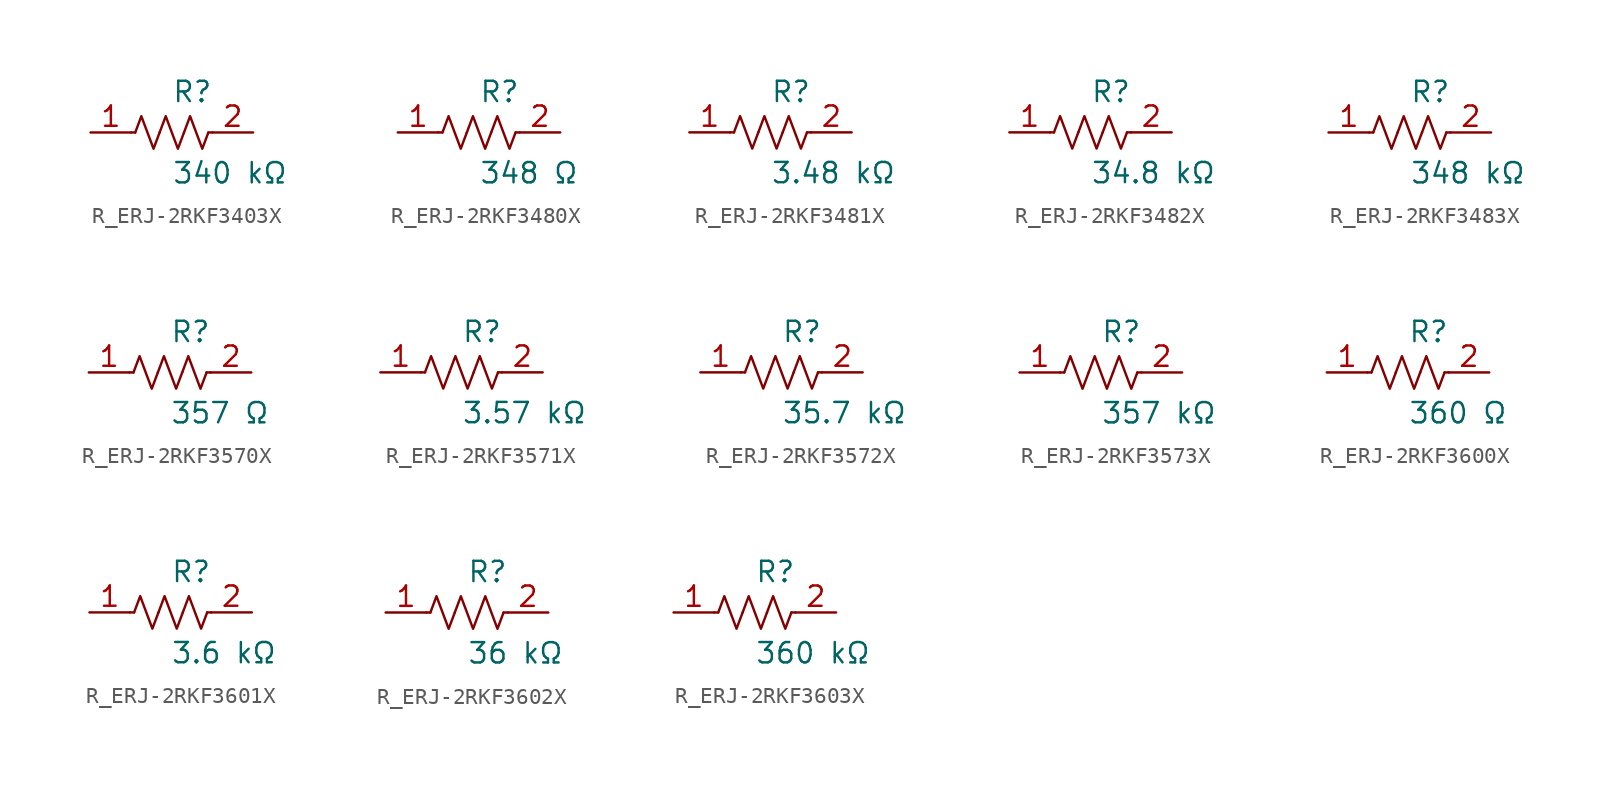
<source format=kicad_sym>
(kicad_symbol_lib
  (version 20231120)
  (generator kicad_symbol_editor)
  (generator_version 8.0)
  (symbol "R_ERJ-2RKF3403X"
    (pin_names
      (offset 0.254))
    (property "Reference" "R"
      (at 0 2.54 0)
      (effects (font (size 1.27 1.27)) (justify left)))
    (property "Value" "340 kΩ"
      (at 0 -2.54 0)
      (effects (font (size 1.27 1.27)) (justify left)))
    (symbol "R_ERJ-2RKF3403X_0_1"
      (polyline (pts (xy 2.286 0) (xy 2.54 0)) (stroke (width 0) (type default)) (fill (type none)))
      (polyline (pts (xy -2.286 0) (xy -2.54 0)) (stroke (width 0) (type default)) (fill (type none)))
      (polyline (pts (xy 0.762 0) (xy 1.143 1.016) (xy 1.524 0) (xy 1.905 -1.016) (xy 2.286 0)) (stroke (width 0) (type default)) (fill (type none)))
      (polyline (pts (xy -0.762 0) (xy -0.381 1.016) (xy 0 0) (xy 0.381 -1.016) (xy 0.762 0)) (stroke (width 0) (type default)) (fill (type none)))
      (polyline (pts (xy -2.286 0) (xy -1.905 1.016) (xy -1.524 0) (xy -1.143 -1.016) (xy -0.762 0)) (stroke (width 0) (type default)) (fill (type none))))
    (pin passive line
      (at -5.08 0 0)
      (length 2.54)
      (name "" (effects (font (size 1.27 1.27))))
      (number "1" (effects (font (size 1.27 1.27)))))
    (pin passive line
      (at 5.08 0 180)
      (length 2.54)
      (name "" (effects (font (size 1.27 1.27))))
      (number "2" (effects (font (size 1.27 1.27))))))
  (symbol "R_ERJ-2RKF3480X"
    (pin_names
      (offset 0.254))
    (property "Reference" "R"
      (at 0 2.54 0)
      (effects (font (size 1.27 1.27)) (justify left)))
    (property "Value" "348 Ω"
      (at 0 -2.54 0)
      (effects (font (size 1.27 1.27)) (justify left)))
    (symbol "R_ERJ-2RKF3480X_0_1"
      (polyline (pts (xy 2.286 0) (xy 2.54 0)) (stroke (width 0) (type default)) (fill (type none)))
      (polyline (pts (xy -2.286 0) (xy -2.54 0)) (stroke (width 0) (type default)) (fill (type none)))
      (polyline (pts (xy 0.762 0) (xy 1.143 1.016) (xy 1.524 0) (xy 1.905 -1.016) (xy 2.286 0)) (stroke (width 0) (type default)) (fill (type none)))
      (polyline (pts (xy -0.762 0) (xy -0.381 1.016) (xy 0 0) (xy 0.381 -1.016) (xy 0.762 0)) (stroke (width 0) (type default)) (fill (type none)))
      (polyline (pts (xy -2.286 0) (xy -1.905 1.016) (xy -1.524 0) (xy -1.143 -1.016) (xy -0.762 0)) (stroke (width 0) (type default)) (fill (type none))))
    (pin passive line
      (at -5.08 0 0)
      (length 2.54)
      (name "" (effects (font (size 1.27 1.27))))
      (number "1" (effects (font (size 1.27 1.27)))))
    (pin passive line
      (at 5.08 0 180)
      (length 2.54)
      (name "" (effects (font (size 1.27 1.27))))
      (number "2" (effects (font (size 1.27 1.27))))))
  (symbol "R_ERJ-2RKF3481X"
    (pin_names
      (offset 0.254))
    (property "Reference" "R"
      (at 0 2.54 0)
      (effects (font (size 1.27 1.27)) (justify left)))
    (property "Value" "3.48 kΩ"
      (at 0 -2.54 0)
      (effects (font (size 1.27 1.27)) (justify left)))
    (symbol "R_ERJ-2RKF3481X_0_1"
      (polyline (pts (xy 2.286 0) (xy 2.54 0)) (stroke (width 0) (type default)) (fill (type none)))
      (polyline (pts (xy -2.286 0) (xy -2.54 0)) (stroke (width 0) (type default)) (fill (type none)))
      (polyline (pts (xy 0.762 0) (xy 1.143 1.016) (xy 1.524 0) (xy 1.905 -1.016) (xy 2.286 0)) (stroke (width 0) (type default)) (fill (type none)))
      (polyline (pts (xy -0.762 0) (xy -0.381 1.016) (xy 0 0) (xy 0.381 -1.016) (xy 0.762 0)) (stroke (width 0) (type default)) (fill (type none)))
      (polyline (pts (xy -2.286 0) (xy -1.905 1.016) (xy -1.524 0) (xy -1.143 -1.016) (xy -0.762 0)) (stroke (width 0) (type default)) (fill (type none))))
    (pin passive line
      (at -5.08 0 0)
      (length 2.54)
      (name "" (effects (font (size 1.27 1.27))))
      (number "1" (effects (font (size 1.27 1.27)))))
    (pin passive line
      (at 5.08 0 180)
      (length 2.54)
      (name "" (effects (font (size 1.27 1.27))))
      (number "2" (effects (font (size 1.27 1.27))))))
  (symbol "R_ERJ-2RKF3482X"
    (pin_names
      (offset 0.254))
    (property "Reference" "R"
      (at 0 2.54 0)
      (effects (font (size 1.27 1.27)) (justify left)))
    (property "Value" "34.8 kΩ"
      (at 0 -2.54 0)
      (effects (font (size 1.27 1.27)) (justify left)))
    (symbol "R_ERJ-2RKF3482X_0_1"
      (polyline (pts (xy 2.286 0) (xy 2.54 0)) (stroke (width 0) (type default)) (fill (type none)))
      (polyline (pts (xy -2.286 0) (xy -2.54 0)) (stroke (width 0) (type default)) (fill (type none)))
      (polyline (pts (xy 0.762 0) (xy 1.143 1.016) (xy 1.524 0) (xy 1.905 -1.016) (xy 2.286 0)) (stroke (width 0) (type default)) (fill (type none)))
      (polyline (pts (xy -0.762 0) (xy -0.381 1.016) (xy 0 0) (xy 0.381 -1.016) (xy 0.762 0)) (stroke (width 0) (type default)) (fill (type none)))
      (polyline (pts (xy -2.286 0) (xy -1.905 1.016) (xy -1.524 0) (xy -1.143 -1.016) (xy -0.762 0)) (stroke (width 0) (type default)) (fill (type none))))
    (pin passive line
      (at -5.08 0 0)
      (length 2.54)
      (name "" (effects (font (size 1.27 1.27))))
      (number "1" (effects (font (size 1.27 1.27)))))
    (pin passive line
      (at 5.08 0 180)
      (length 2.54)
      (name "" (effects (font (size 1.27 1.27))))
      (number "2" (effects (font (size 1.27 1.27))))))
  (symbol "R_ERJ-2RKF3483X"
    (pin_names
      (offset 0.254))
    (property "Reference" "R"
      (at 0 2.54 0)
      (effects (font (size 1.27 1.27)) (justify left)))
    (property "Value" "348 kΩ"
      (at 0 -2.54 0)
      (effects (font (size 1.27 1.27)) (justify left)))
    (symbol "R_ERJ-2RKF3483X_0_1"
      (polyline (pts (xy 2.286 0) (xy 2.54 0)) (stroke (width 0) (type default)) (fill (type none)))
      (polyline (pts (xy -2.286 0) (xy -2.54 0)) (stroke (width 0) (type default)) (fill (type none)))
      (polyline (pts (xy 0.762 0) (xy 1.143 1.016) (xy 1.524 0) (xy 1.905 -1.016) (xy 2.286 0)) (stroke (width 0) (type default)) (fill (type none)))
      (polyline (pts (xy -0.762 0) (xy -0.381 1.016) (xy 0 0) (xy 0.381 -1.016) (xy 0.762 0)) (stroke (width 0) (type default)) (fill (type none)))
      (polyline (pts (xy -2.286 0) (xy -1.905 1.016) (xy -1.524 0) (xy -1.143 -1.016) (xy -0.762 0)) (stroke (width 0) (type default)) (fill (type none))))
    (pin passive line
      (at -5.08 0 0)
      (length 2.54)
      (name "" (effects (font (size 1.27 1.27))))
      (number "1" (effects (font (size 1.27 1.27)))))
    (pin passive line
      (at 5.08 0 180)
      (length 2.54)
      (name "" (effects (font (size 1.27 1.27))))
      (number "2" (effects (font (size 1.27 1.27))))))
  (symbol "R_ERJ-2RKF3570X"
    (pin_names
      (offset 0.254))
    (property "Reference" "R"
      (at 0 2.54 0)
      (effects (font (size 1.27 1.27)) (justify left)))
    (property "Value" "357 Ω"
      (at 0 -2.54 0)
      (effects (font (size 1.27 1.27)) (justify left)))
    (symbol "R_ERJ-2RKF3570X_0_1"
      (polyline (pts (xy 2.286 0) (xy 2.54 0)) (stroke (width 0) (type default)) (fill (type none)))
      (polyline (pts (xy -2.286 0) (xy -2.54 0)) (stroke (width 0) (type default)) (fill (type none)))
      (polyline (pts (xy 0.762 0) (xy 1.143 1.016) (xy 1.524 0) (xy 1.905 -1.016) (xy 2.286 0)) (stroke (width 0) (type default)) (fill (type none)))
      (polyline (pts (xy -0.762 0) (xy -0.381 1.016) (xy 0 0) (xy 0.381 -1.016) (xy 0.762 0)) (stroke (width 0) (type default)) (fill (type none)))
      (polyline (pts (xy -2.286 0) (xy -1.905 1.016) (xy -1.524 0) (xy -1.143 -1.016) (xy -0.762 0)) (stroke (width 0) (type default)) (fill (type none))))
    (pin passive line
      (at -5.08 0 0)
      (length 2.54)
      (name "" (effects (font (size 1.27 1.27))))
      (number "1" (effects (font (size 1.27 1.27)))))
    (pin passive line
      (at 5.08 0 180)
      (length 2.54)
      (name "" (effects (font (size 1.27 1.27))))
      (number "2" (effects (font (size 1.27 1.27))))))
  (symbol "R_ERJ-2RKF3571X"
    (pin_names
      (offset 0.254))
    (property "Reference" "R"
      (at 0 2.54 0)
      (effects (font (size 1.27 1.27)) (justify left)))
    (property "Value" "3.57 kΩ"
      (at 0 -2.54 0)
      (effects (font (size 1.27 1.27)) (justify left)))
    (symbol "R_ERJ-2RKF3571X_0_1"
      (polyline (pts (xy 2.286 0) (xy 2.54 0)) (stroke (width 0) (type default)) (fill (type none)))
      (polyline (pts (xy -2.286 0) (xy -2.54 0)) (stroke (width 0) (type default)) (fill (type none)))
      (polyline (pts (xy 0.762 0) (xy 1.143 1.016) (xy 1.524 0) (xy 1.905 -1.016) (xy 2.286 0)) (stroke (width 0) (type default)) (fill (type none)))
      (polyline (pts (xy -0.762 0) (xy -0.381 1.016) (xy 0 0) (xy 0.381 -1.016) (xy 0.762 0)) (stroke (width 0) (type default)) (fill (type none)))
      (polyline (pts (xy -2.286 0) (xy -1.905 1.016) (xy -1.524 0) (xy -1.143 -1.016) (xy -0.762 0)) (stroke (width 0) (type default)) (fill (type none))))
    (pin passive line
      (at -5.08 0 0)
      (length 2.54)
      (name "" (effects (font (size 1.27 1.27))))
      (number "1" (effects (font (size 1.27 1.27)))))
    (pin passive line
      (at 5.08 0 180)
      (length 2.54)
      (name "" (effects (font (size 1.27 1.27))))
      (number "2" (effects (font (size 1.27 1.27))))))
  (symbol "R_ERJ-2RKF3572X"
    (pin_names
      (offset 0.254))
    (property "Reference" "R"
      (at 0 2.54 0)
      (effects (font (size 1.27 1.27)) (justify left)))
    (property "Value" "35.7 kΩ"
      (at 0 -2.54 0)
      (effects (font (size 1.27 1.27)) (justify left)))
    (symbol "R_ERJ-2RKF3572X_0_1"
      (polyline (pts (xy 2.286 0) (xy 2.54 0)) (stroke (width 0) (type default)) (fill (type none)))
      (polyline (pts (xy -2.286 0) (xy -2.54 0)) (stroke (width 0) (type default)) (fill (type none)))
      (polyline (pts (xy 0.762 0) (xy 1.143 1.016) (xy 1.524 0) (xy 1.905 -1.016) (xy 2.286 0)) (stroke (width 0) (type default)) (fill (type none)))
      (polyline (pts (xy -0.762 0) (xy -0.381 1.016) (xy 0 0) (xy 0.381 -1.016) (xy 0.762 0)) (stroke (width 0) (type default)) (fill (type none)))
      (polyline (pts (xy -2.286 0) (xy -1.905 1.016) (xy -1.524 0) (xy -1.143 -1.016) (xy -0.762 0)) (stroke (width 0) (type default)) (fill (type none))))
    (pin passive line
      (at -5.08 0 0)
      (length 2.54)
      (name "" (effects (font (size 1.27 1.27))))
      (number "1" (effects (font (size 1.27 1.27)))))
    (pin passive line
      (at 5.08 0 180)
      (length 2.54)
      (name "" (effects (font (size 1.27 1.27))))
      (number "2" (effects (font (size 1.27 1.27))))))
  (symbol "R_ERJ-2RKF3573X"
    (pin_names
      (offset 0.254))
    (property "Reference" "R"
      (at 0 2.54 0)
      (effects (font (size 1.27 1.27)) (justify left)))
    (property "Value" "357 kΩ"
      (at 0 -2.54 0)
      (effects (font (size 1.27 1.27)) (justify left)))
    (symbol "R_ERJ-2RKF3573X_0_1"
      (polyline (pts (xy 2.286 0) (xy 2.54 0)) (stroke (width 0) (type default)) (fill (type none)))
      (polyline (pts (xy -2.286 0) (xy -2.54 0)) (stroke (width 0) (type default)) (fill (type none)))
      (polyline (pts (xy 0.762 0) (xy 1.143 1.016) (xy 1.524 0) (xy 1.905 -1.016) (xy 2.286 0)) (stroke (width 0) (type default)) (fill (type none)))
      (polyline (pts (xy -0.762 0) (xy -0.381 1.016) (xy 0 0) (xy 0.381 -1.016) (xy 0.762 0)) (stroke (width 0) (type default)) (fill (type none)))
      (polyline (pts (xy -2.286 0) (xy -1.905 1.016) (xy -1.524 0) (xy -1.143 -1.016) (xy -0.762 0)) (stroke (width 0) (type default)) (fill (type none))))
    (pin passive line
      (at -5.08 0 0)
      (length 2.54)
      (name "" (effects (font (size 1.27 1.27))))
      (number "1" (effects (font (size 1.27 1.27)))))
    (pin passive line
      (at 5.08 0 180)
      (length 2.54)
      (name "" (effects (font (size 1.27 1.27))))
      (number "2" (effects (font (size 1.27 1.27))))))
  (symbol "R_ERJ-2RKF3600X"
    (pin_names
      (offset 0.254))
    (property "Reference" "R"
      (at 0 2.54 0)
      (effects (font (size 1.27 1.27)) (justify left)))
    (property "Value" "360 Ω"
      (at 0 -2.54 0)
      (effects (font (size 1.27 1.27)) (justify left)))
    (symbol "R_ERJ-2RKF3600X_0_1"
      (polyline (pts (xy 2.286 0) (xy 2.54 0)) (stroke (width 0) (type default)) (fill (type none)))
      (polyline (pts (xy -2.286 0) (xy -2.54 0)) (stroke (width 0) (type default)) (fill (type none)))
      (polyline (pts (xy 0.762 0) (xy 1.143 1.016) (xy 1.524 0) (xy 1.905 -1.016) (xy 2.286 0)) (stroke (width 0) (type default)) (fill (type none)))
      (polyline (pts (xy -0.762 0) (xy -0.381 1.016) (xy 0 0) (xy 0.381 -1.016) (xy 0.762 0)) (stroke (width 0) (type default)) (fill (type none)))
      (polyline (pts (xy -2.286 0) (xy -1.905 1.016) (xy -1.524 0) (xy -1.143 -1.016) (xy -0.762 0)) (stroke (width 0) (type default)) (fill (type none))))
    (pin passive line
      (at -5.08 0 0)
      (length 2.54)
      (name "" (effects (font (size 1.27 1.27))))
      (number "1" (effects (font (size 1.27 1.27)))))
    (pin passive line
      (at 5.08 0 180)
      (length 2.54)
      (name "" (effects (font (size 1.27 1.27))))
      (number "2" (effects (font (size 1.27 1.27))))))
  (symbol "R_ERJ-2RKF3601X"
    (pin_names
      (offset 0.254))
    (property "Reference" "R"
      (at 0 2.54 0)
      (effects (font (size 1.27 1.27)) (justify left)))
    (property "Value" "3.6 kΩ"
      (at 0 -2.54 0)
      (effects (font (size 1.27 1.27)) (justify left)))
    (symbol "R_ERJ-2RKF3601X_0_1"
      (polyline (pts (xy 2.286 0) (xy 2.54 0)) (stroke (width 0) (type default)) (fill (type none)))
      (polyline (pts (xy -2.286 0) (xy -2.54 0)) (stroke (width 0) (type default)) (fill (type none)))
      (polyline (pts (xy 0.762 0) (xy 1.143 1.016) (xy 1.524 0) (xy 1.905 -1.016) (xy 2.286 0)) (stroke (width 0) (type default)) (fill (type none)))
      (polyline (pts (xy -0.762 0) (xy -0.381 1.016) (xy 0 0) (xy 0.381 -1.016) (xy 0.762 0)) (stroke (width 0) (type default)) (fill (type none)))
      (polyline (pts (xy -2.286 0) (xy -1.905 1.016) (xy -1.524 0) (xy -1.143 -1.016) (xy -0.762 0)) (stroke (width 0) (type default)) (fill (type none))))
    (pin passive line
      (at -5.08 0 0)
      (length 2.54)
      (name "" (effects (font (size 1.27 1.27))))
      (number "1" (effects (font (size 1.27 1.27)))))
    (pin passive line
      (at 5.08 0 180)
      (length 2.54)
      (name "" (effects (font (size 1.27 1.27))))
      (number "2" (effects (font (size 1.27 1.27))))))
  (symbol "R_ERJ-2RKF3602X"
    (pin_names
      (offset 0.254))
    (property "Reference" "R"
      (at 0 2.54 0)
      (effects (font (size 1.27 1.27)) (justify left)))
    (property "Value" "36 kΩ"
      (at 0 -2.54 0)
      (effects (font (size 1.27 1.27)) (justify left)))
    (symbol "R_ERJ-2RKF3602X_0_1"
      (polyline (pts (xy 2.286 0) (xy 2.54 0)) (stroke (width 0) (type default)) (fill (type none)))
      (polyline (pts (xy -2.286 0) (xy -2.54 0)) (stroke (width 0) (type default)) (fill (type none)))
      (polyline (pts (xy 0.762 0) (xy 1.143 1.016) (xy 1.524 0) (xy 1.905 -1.016) (xy 2.286 0)) (stroke (width 0) (type default)) (fill (type none)))
      (polyline (pts (xy -0.762 0) (xy -0.381 1.016) (xy 0 0) (xy 0.381 -1.016) (xy 0.762 0)) (stroke (width 0) (type default)) (fill (type none)))
      (polyline (pts (xy -2.286 0) (xy -1.905 1.016) (xy -1.524 0) (xy -1.143 -1.016) (xy -0.762 0)) (stroke (width 0) (type default)) (fill (type none))))
    (pin passive line
      (at -5.08 0 0)
      (length 2.54)
      (name "" (effects (font (size 1.27 1.27))))
      (number "1" (effects (font (size 1.27 1.27)))))
    (pin passive line
      (at 5.08 0 180)
      (length 2.54)
      (name "" (effects (font (size 1.27 1.27))))
      (number "2" (effects (font (size 1.27 1.27))))))
  (symbol "R_ERJ-2RKF3603X"
    (pin_names
      (offset 0.254))
    (property "Reference" "R"
      (at 0 2.54 0)
      (effects (font (size 1.27 1.27)) (justify left)))
    (property "Value" "360 kΩ"
      (at 0 -2.54 0)
      (effects (font (size 1.27 1.27)) (justify left)))
    (symbol "R_ERJ-2RKF3603X_0_1"
      (polyline (pts (xy 2.286 0) (xy 2.54 0)) (stroke (width 0) (type default)) (fill (type none)))
      (polyline (pts (xy -2.286 0) (xy -2.54 0)) (stroke (width 0) (type default)) (fill (type none)))
      (polyline (pts (xy 0.762 0) (xy 1.143 1.016) (xy 1.524 0) (xy 1.905 -1.016) (xy 2.286 0)) (stroke (width 0) (type default)) (fill (type none)))
      (polyline (pts (xy -0.762 0) (xy -0.381 1.016) (xy 0 0) (xy 0.381 -1.016) (xy 0.762 0)) (stroke (width 0) (type default)) (fill (type none)))
      (polyline (pts (xy -2.286 0) (xy -1.905 1.016) (xy -1.524 0) (xy -1.143 -1.016) (xy -0.762 0)) (stroke (width 0) (type default)) (fill (type none))))
    (pin passive line
      (at -5.08 0 0)
      (length 2.54)
      (name "" (effects (font (size 1.27 1.27))))
      (number "1" (effects (font (size 1.27 1.27)))))
    (pin passive line
      (at 5.08 0 180)
      (length 2.54)
      (name "" (effects (font (size 1.27 1.27))))
      (number "2" (effects (font (size 1.27 1.27)))))))
</source>
